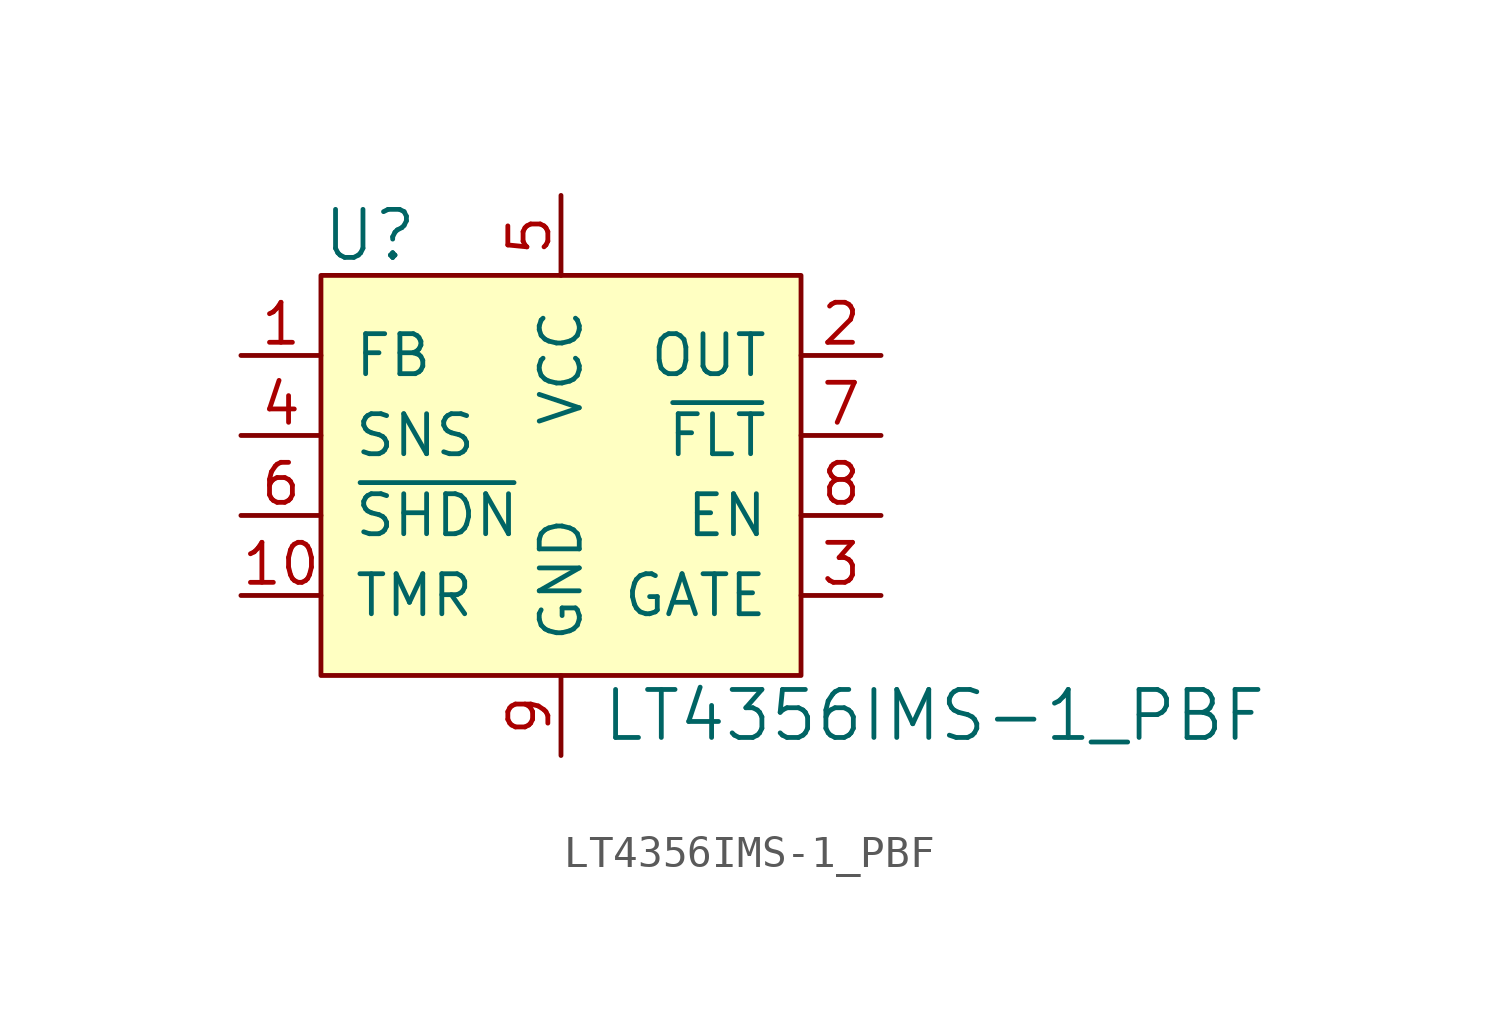
<source format=kicad_sym>
(kicad_symbol_lib
  (version 20220914)
  (generator kicad_symbol_editor)
  (symbol "LT4356IMS-1_PBF"
    (pin_names
      (offset 1.016))
    (property "Reference" "U"
      (at -5.08 3.81 0)
      (effects (font (size 1.524 1.524)) (justify left)))
    (property "Value" "LT4356IMS-1_PBF"
      (at 3.81 -11.43 0)
      (effects (font (size 1.524 1.524)) (justify left)))
    (symbol "LT4356IMS-1_PBF_0_1"
      (rectangle (start -5.08 2.54) (end 10.16 -10.16) (stroke (width 0) (type solid)) (fill (type background))))
    (symbol "LT4356IMS-1_PBF_1_1"
      (pin input line (at -7.62 0 0) (length 2.54) (name "FB" (effects (font (size 1.27 1.27)))) (number "1" (effects (font (size 1.27 1.27)))))
      (pin passive line (at -7.62 -7.62 0) (length 2.54) (name "TMR" (effects (font (size 1.27 1.27)))) (number "10" (effects (font (size 1.27 1.27)))))
      (pin output line (at 12.7 0 180) (length 2.54) (name "OUT" (effects (font (size 1.27 1.27)))) (number "2" (effects (font (size 1.27 1.27)))))
      (pin input line (at 12.7 -7.62 180) (length 2.54) (name "GATE" (effects (font (size 1.27 1.27)))) (number "3" (effects (font (size 1.27 1.27)))))
      (pin passive line (at -7.62 -2.54 0) (length 2.54) (name "SNS" (effects (font (size 1.27 1.27)))) (number "4" (effects (font (size 1.27 1.27)))))
      (pin power_in line (at 2.54 5.08 270) (length 2.54) (name "VCC" (effects (font (size 1.27 1.27)))) (number "5" (effects (font (size 1.27 1.27)))))
      (pin input line (at -7.62 -5.08 0) (length 2.54) (name "~{SHDN}" (effects (font (size 1.27 1.27)))) (number "6" (effects (font (size 1.27 1.27)))))
      (pin output line (at 12.7 -2.54 180) (length 2.54) (name "~{FLT}" (effects (font (size 1.27 1.27)))) (number "7" (effects (font (size 1.27 1.27)))))
      (pin output line (at 12.7 -5.08 180) (length 2.54) (name "EN" (effects (font (size 1.27 1.27)))) (number "8" (effects (font (size 1.27 1.27)))))
      (pin power_in line (at 2.54 -12.7 90) (length 2.54) (name "GND" (effects (font (size 1.27 1.27)))) (number "9" (effects (font (size 1.27 1.27))))))))
</source>
